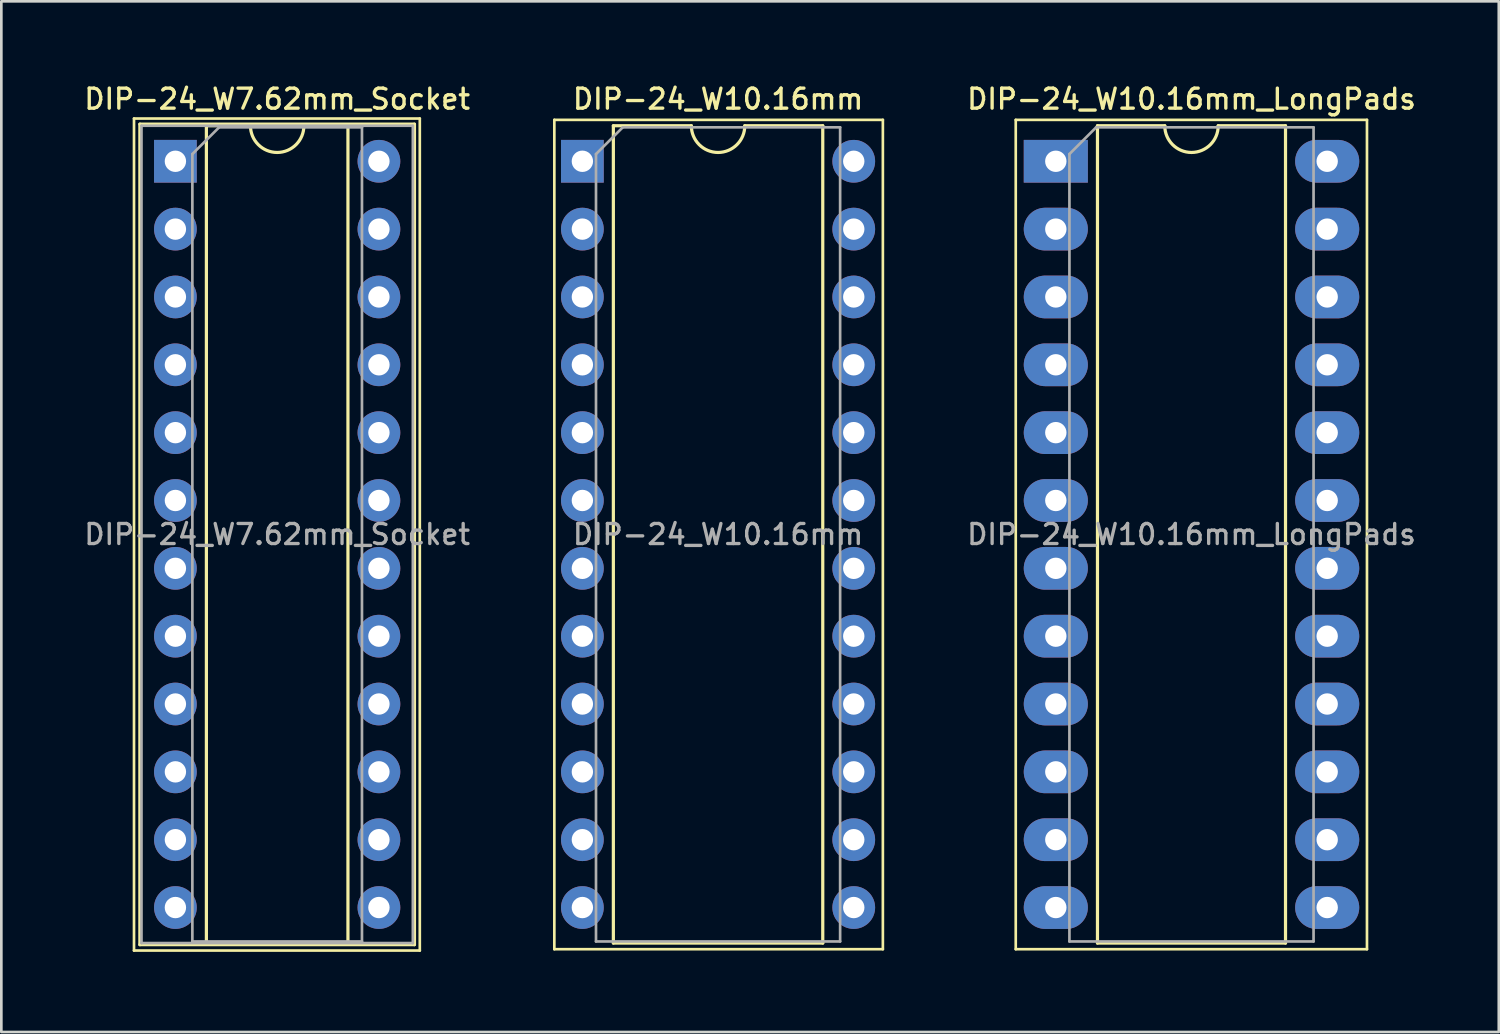
<source format=kicad_pcb>
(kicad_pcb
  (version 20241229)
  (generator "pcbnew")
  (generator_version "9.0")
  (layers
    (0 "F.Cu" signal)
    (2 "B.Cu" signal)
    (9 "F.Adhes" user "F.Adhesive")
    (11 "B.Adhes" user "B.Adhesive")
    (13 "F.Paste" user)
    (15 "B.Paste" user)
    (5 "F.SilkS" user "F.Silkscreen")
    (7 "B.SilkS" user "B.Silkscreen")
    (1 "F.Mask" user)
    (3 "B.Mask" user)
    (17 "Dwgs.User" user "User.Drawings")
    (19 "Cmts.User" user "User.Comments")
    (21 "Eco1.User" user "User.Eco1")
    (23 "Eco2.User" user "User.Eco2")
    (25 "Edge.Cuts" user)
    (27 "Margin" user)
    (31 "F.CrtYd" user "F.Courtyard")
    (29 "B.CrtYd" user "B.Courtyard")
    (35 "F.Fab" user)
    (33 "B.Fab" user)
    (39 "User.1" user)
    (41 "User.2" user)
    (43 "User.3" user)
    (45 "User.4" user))
  (footprint "DIP-24_W10.16mm_LongPads"
    (layer "F.Cu")
    (at 36.479 2.988)
    (property "Reference" "DIP-24_W10.16mm_LongPads" (at 5.08 -2.33 0) (layer "F.SilkS") (effects (font (size 0.75 0.75) (thickness 0.125))))
    (attr through_hole)
    (fp_line (start -1.5 -1.55) (end -1.5 29.5) (stroke (width 0.1) (type solid)) (layer "F.SilkS"))
    (fp_line (start -1.5 29.5) (end 11.65 29.5) (stroke (width 0.1) (type solid)) (layer "F.SilkS"))
    (fp_line (start 1.56 -1.33) (end 1.56 29.27) (stroke (width 0.12) (type solid)) (layer "F.SilkS"))
    (fp_line (start 1.56 29.27) (end 8.6 29.27) (stroke (width 0.12) (type solid)) (layer "F.SilkS"))
    (fp_line (start 4.08 -1.33) (end 1.56 -1.33) (stroke (width 0.12) (type solid)) (layer "F.SilkS"))
    (fp_line (start 8.6 -1.33) (end 6.08 -1.33) (stroke (width 0.12) (type solid)) (layer "F.SilkS"))
    (fp_line (start 8.6 29.27) (end 8.6 -1.33) (stroke (width 0.12) (type solid)) (layer "F.SilkS"))
    (fp_line (start 11.65 -1.55) (end -1.5 -1.55) (stroke (width 0.1) (type solid)) (layer "F.SilkS"))
    (fp_line (start 11.65 29.5) (end 11.65 -1.55) (stroke (width 0.1) (type solid)) (layer "F.SilkS"))
    (fp_arc (start 6.08 -1.33) (mid 5.08 -0.33) (end 4.08 -1.33) (stroke (width 0.12) (type solid)) (layer "F.SilkS"))
    (fp_line (start 0.51 -0.27) (end 1.51 -1.27) (stroke (width 0.1) (type solid)) (layer "F.Fab"))
    (fp_line (start 0.51 29.21) (end 0.51 -0.27) (stroke (width 0.1) (type solid)) (layer "F.Fab"))
    (fp_line (start 1.51 -1.27) (end 9.65 -1.27) (stroke (width 0.1) (type solid)) (layer "F.Fab"))
    (fp_line (start 9.65 -1.27) (end 9.65 29.21) (stroke (width 0.1) (type solid)) (layer "F.Fab"))
    (fp_line (start 9.65 29.21) (end 0.51 29.21) (stroke (width 0.1) (type solid)) (layer "F.Fab"))
    (fp_text user "${REFERENCE}" (at 5.08 13.97 0) (layer "F.Fab") (effects (font (size 0.75 0.75) (thickness 0.125))))
    (pad "1" thru_hole rect (at 0 0) (size 2.4 1.6) (drill 0.8) (layers "*.Cu" "*.Mask"))
    (pad "2" thru_hole oval (at 0 2.54) (size 2.4 1.6) (drill 0.8) (layers "*.Cu" "*.Mask"))
    (pad "3" thru_hole oval (at 0 5.08) (size 2.4 1.6) (drill 0.8) (layers "*.Cu" "*.Mask"))
    (pad "4" thru_hole oval (at 0 7.62) (size 2.4 1.6) (drill 0.8) (layers "*.Cu" "*.Mask"))
    (pad "5" thru_hole oval (at 0 10.16) (size 2.4 1.6) (drill 0.8) (layers "*.Cu" "*.Mask"))
    (pad "6" thru_hole oval (at 0 12.7) (size 2.4 1.6) (drill 0.8) (layers "*.Cu" "*.Mask"))
    (pad "7" thru_hole oval (at 0 15.24) (size 2.4 1.6) (drill 0.8) (layers "*.Cu" "*.Mask"))
    (pad "8" thru_hole oval (at 0 17.78) (size 2.4 1.6) (drill 0.8) (layers "*.Cu" "*.Mask"))
    (pad "9" thru_hole oval (at 0 20.32) (size 2.4 1.6) (drill 0.8) (layers "*.Cu" "*.Mask"))
    (pad "10" thru_hole oval (at 0 22.86) (size 2.4 1.6) (drill 0.8) (layers "*.Cu" "*.Mask"))
    (pad "11" thru_hole oval (at 0 25.4) (size 2.4 1.6) (drill 0.8) (layers "*.Cu" "*.Mask"))
    (pad "12" thru_hole oval (at 0 27.94) (size 2.4 1.6) (drill 0.8) (layers "*.Cu" "*.Mask"))
    (pad "13" thru_hole oval (at 10.16 27.94) (size 2.4 1.6) (drill 0.8) (layers "*.Cu" "*.Mask"))
    (pad "14" thru_hole oval (at 10.16 25.4) (size 2.4 1.6) (drill 0.8) (layers "*.Cu" "*.Mask"))
    (pad "15" thru_hole oval (at 10.16 22.86) (size 2.4 1.6) (drill 0.8) (layers "*.Cu" "*.Mask"))
    (pad "16" thru_hole oval (at 10.16 20.32) (size 2.4 1.6) (drill 0.8) (layers "*.Cu" "*.Mask"))
    (pad "17" thru_hole oval (at 10.16 17.78) (size 2.4 1.6) (drill 0.8) (layers "*.Cu" "*.Mask"))
    (pad "18" thru_hole oval (at 10.16 15.24) (size 2.4 1.6) (drill 0.8) (layers "*.Cu" "*.Mask"))
    (pad "19" thru_hole oval (at 10.16 12.7) (size 2.4 1.6) (drill 0.8) (layers "*.Cu" "*.Mask"))
    (pad "20" thru_hole oval (at 10.16 10.16) (size 2.4 1.6) (drill 0.8) (layers "*.Cu" "*.Mask"))
    (pad "21" thru_hole oval (at 10.16 7.62) (size 2.4 1.6) (drill 0.8) (layers "*.Cu" "*.Mask"))
    (pad "22" thru_hole oval (at 10.16 5.08) (size 2.4 1.6) (drill 0.8) (layers "*.Cu" "*.Mask"))
    (pad "23" thru_hole oval (at 10.16 2.54) (size 2.4 1.6) (drill 0.8) (layers "*.Cu" "*.Mask"))
    (pad "24" thru_hole oval (at 10.16 0) (size 2.4 1.6) (drill 0.8) (layers "*.Cu" "*.Mask")))
  (footprint "DIP-24_W7.62mm_Socket"
    (layer "F.Cu")
    (at 3.517 2.988)
    (property "Reference" "DIP-24_W7.62mm_Socket" (at 3.81 -2.33 0) (layer "F.SilkS") (effects (font (size 0.75 0.75) (thickness 0.125))))
    (attr through_hole)
    (fp_line (start -1.55 -1.6) (end -1.55 29.55) (stroke (width 0.1) (type solid)) (layer "F.SilkS"))
    (fp_line (start -1.55 29.55) (end 9.15 29.55) (stroke (width 0.1) (type solid)) (layer "F.SilkS"))
    (fp_line (start -1.33 -1.39) (end -1.33 29.33) (stroke (width 0.12) (type solid)) (layer "F.SilkS"))
    (fp_line (start -1.33 29.33) (end 8.95 29.33) (stroke (width 0.12) (type solid)) (layer "F.SilkS"))
    (fp_line (start 1.16 -1.33) (end 1.16 29.27) (stroke (width 0.12) (type solid)) (layer "F.SilkS"))
    (fp_line (start 1.16 29.27) (end 6.46 29.27) (stroke (width 0.12) (type solid)) (layer "F.SilkS"))
    (fp_line (start 2.81 -1.33) (end 1.16 -1.33) (stroke (width 0.12) (type solid)) (layer "F.SilkS"))
    (fp_line (start 6.46 -1.33) (end 4.81 -1.33) (stroke (width 0.12) (type solid)) (layer "F.SilkS"))
    (fp_line (start 6.46 29.27) (end 6.46 -1.33) (stroke (width 0.12) (type solid)) (layer "F.SilkS"))
    (fp_line (start 8.95 -1.39) (end -1.33 -1.39) (stroke (width 0.12) (type solid)) (layer "F.SilkS"))
    (fp_line (start 8.95 29.33) (end 8.95 -1.39) (stroke (width 0.12) (type solid)) (layer "F.SilkS"))
    (fp_line (start 9.15 -1.6) (end -1.55 -1.6) (stroke (width 0.1) (type solid)) (layer "F.SilkS"))
    (fp_line (start 9.15 29.55) (end 9.15 -1.6) (stroke (width 0.1) (type solid)) (layer "F.SilkS"))
    (fp_arc (start 4.81 -1.33) (mid 3.81 -0.33) (end 2.81 -1.33) (stroke (width 0.12) (type solid)) (layer "F.SilkS"))
    (fp_line (start -1.27 -1.33) (end -1.27 29.27) (stroke (width 0.1) (type solid)) (layer "F.Fab"))
    (fp_line (start -1.27 29.27) (end 8.89 29.27) (stroke (width 0.1) (type solid)) (layer "F.Fab"))
    (fp_line (start 0.635 -0.27) (end 1.635 -1.27) (stroke (width 0.1) (type solid)) (layer "F.Fab"))
    (fp_line (start 0.635 29.21) (end 0.635 -0.27) (stroke (width 0.1) (type solid)) (layer "F.Fab"))
    (fp_line (start 1.635 -1.27) (end 6.985 -1.27) (stroke (width 0.1) (type solid)) (layer "F.Fab"))
    (fp_line (start 6.985 -1.27) (end 6.985 29.21) (stroke (width 0.1) (type solid)) (layer "F.Fab"))
    (fp_line (start 6.985 29.21) (end 0.635 29.21) (stroke (width 0.1) (type solid)) (layer "F.Fab"))
    (fp_line (start 8.89 -1.33) (end -1.27 -1.33) (stroke (width 0.1) (type solid)) (layer "F.Fab"))
    (fp_line (start 8.89 29.27) (end 8.89 -1.33) (stroke (width 0.1) (type solid)) (layer "F.Fab"))
    (fp_text user "${REFERENCE}" (at 3.81 13.97 0) (layer "F.Fab") (effects (font (size 0.75 0.75) (thickness 0.125))))
    (pad "1" thru_hole rect (at 0 0) (size 1.6 1.6) (drill 0.8) (layers "*.Cu" "*.Mask"))
    (pad "2" thru_hole oval (at 0 2.54) (size 1.6 1.6) (drill 0.8) (layers "*.Cu" "*.Mask"))
    (pad "3" thru_hole oval (at 0 5.08) (size 1.6 1.6) (drill 0.8) (layers "*.Cu" "*.Mask"))
    (pad "4" thru_hole oval (at 0 7.62) (size 1.6 1.6) (drill 0.8) (layers "*.Cu" "*.Mask"))
    (pad "5" thru_hole oval (at 0 10.16) (size 1.6 1.6) (drill 0.8) (layers "*.Cu" "*.Mask"))
    (pad "6" thru_hole oval (at 0 12.7) (size 1.6 1.6) (drill 0.8) (layers "*.Cu" "*.Mask"))
    (pad "7" thru_hole oval (at 0 15.24) (size 1.6 1.6) (drill 0.8) (layers "*.Cu" "*.Mask"))
    (pad "8" thru_hole oval (at 0 17.78) (size 1.6 1.6) (drill 0.8) (layers "*.Cu" "*.Mask"))
    (pad "9" thru_hole oval (at 0 20.32) (size 1.6 1.6) (drill 0.8) (layers "*.Cu" "*.Mask"))
    (pad "10" thru_hole oval (at 0 22.86) (size 1.6 1.6) (drill 0.8) (layers "*.Cu" "*.Mask"))
    (pad "11" thru_hole oval (at 0 25.4) (size 1.6 1.6) (drill 0.8) (layers "*.Cu" "*.Mask"))
    (pad "12" thru_hole oval (at 0 27.94) (size 1.6 1.6) (drill 0.8) (layers "*.Cu" "*.Mask"))
    (pad "13" thru_hole oval (at 7.62 27.94) (size 1.6 1.6) (drill 0.8) (layers "*.Cu" "*.Mask"))
    (pad "14" thru_hole oval (at 7.62 25.4) (size 1.6 1.6) (drill 0.8) (layers "*.Cu" "*.Mask"))
    (pad "15" thru_hole oval (at 7.62 22.86) (size 1.6 1.6) (drill 0.8) (layers "*.Cu" "*.Mask"))
    (pad "16" thru_hole oval (at 7.62 20.32) (size 1.6 1.6) (drill 0.8) (layers "*.Cu" "*.Mask"))
    (pad "17" thru_hole oval (at 7.62 17.78) (size 1.6 1.6) (drill 0.8) (layers "*.Cu" "*.Mask"))
    (pad "18" thru_hole oval (at 7.62 15.24) (size 1.6 1.6) (drill 0.8) (layers "*.Cu" "*.Mask"))
    (pad "19" thru_hole oval (at 7.62 12.7) (size 1.6 1.6) (drill 0.8) (layers "*.Cu" "*.Mask"))
    (pad "20" thru_hole oval (at 7.62 10.16) (size 1.6 1.6) (drill 0.8) (layers "*.Cu" "*.Mask"))
    (pad "21" thru_hole oval (at 7.62 7.62) (size 1.6 1.6) (drill 0.8) (layers "*.Cu" "*.Mask"))
    (pad "22" thru_hole oval (at 7.62 5.08) (size 1.6 1.6) (drill 0.8) (layers "*.Cu" "*.Mask"))
    (pad "23" thru_hole oval (at 7.62 2.54) (size 1.6 1.6) (drill 0.8) (layers "*.Cu" "*.Mask"))
    (pad "24" thru_hole oval (at 7.62 0) (size 1.6 1.6) (drill 0.8) (layers "*.Cu" "*.Mask")))
  (footprint "DIP-24_W10.16mm"
    (layer "F.Cu")
    (at 18.754 2.988)
    (property "Reference" "DIP-24_W10.16mm" (at 5.08 -2.33 0) (layer "F.SilkS") (effects (font (size 0.75 0.75) (thickness 0.125))))
    (attr through_hole)
    (fp_line (start -1.05 -1.55) (end -1.05 29.5) (stroke (width 0.1) (type solid)) (layer "F.SilkS"))
    (fp_line (start -1.05 29.5) (end 11.25 29.5) (stroke (width 0.1) (type solid)) (layer "F.SilkS"))
    (fp_line (start 1.16 -1.33) (end 1.16 29.27) (stroke (width 0.12) (type solid)) (layer "F.SilkS"))
    (fp_line (start 1.16 29.27) (end 9 29.27) (stroke (width 0.12) (type solid)) (layer "F.SilkS"))
    (fp_line (start 4.08 -1.33) (end 1.16 -1.33) (stroke (width 0.12) (type solid)) (layer "F.SilkS"))
    (fp_line (start 9 -1.33) (end 6.08 -1.33) (stroke (width 0.12) (type solid)) (layer "F.SilkS"))
    (fp_line (start 9 29.27) (end 9 -1.33) (stroke (width 0.12) (type solid)) (layer "F.SilkS"))
    (fp_line (start 11.25 -1.55) (end -1.05 -1.55) (stroke (width 0.1) (type solid)) (layer "F.SilkS"))
    (fp_line (start 11.25 29.5) (end 11.25 -1.55) (stroke (width 0.1) (type solid)) (layer "F.SilkS"))
    (fp_arc (start 6.08 -1.33) (mid 5.08 -0.33) (end 4.08 -1.33) (stroke (width 0.12) (type solid)) (layer "F.SilkS"))
    (fp_line (start 0.51 -0.27) (end 1.51 -1.27) (stroke (width 0.1) (type solid)) (layer "F.Fab"))
    (fp_line (start 0.51 29.21) (end 0.51 -0.27) (stroke (width 0.1) (type solid)) (layer "F.Fab"))
    (fp_line (start 1.51 -1.27) (end 9.65 -1.27) (stroke (width 0.1) (type solid)) (layer "F.Fab"))
    (fp_line (start 9.65 -1.27) (end 9.65 29.21) (stroke (width 0.1) (type solid)) (layer "F.Fab"))
    (fp_line (start 9.65 29.21) (end 0.51 29.21) (stroke (width 0.1) (type solid)) (layer "F.Fab"))
    (fp_text user "${REFERENCE}" (at 5.08 13.97 0) (layer "F.Fab") (effects (font (size 0.75 0.75) (thickness 0.125))))
    (pad "1" thru_hole rect (at 0 0) (size 1.6 1.6) (drill 0.8) (layers "*.Cu" "*.Mask"))
    (pad "2" thru_hole oval (at 0 2.54) (size 1.6 1.6) (drill 0.8) (layers "*.Cu" "*.Mask"))
    (pad "3" thru_hole oval (at 0 5.08) (size 1.6 1.6) (drill 0.8) (layers "*.Cu" "*.Mask"))
    (pad "4" thru_hole oval (at 0 7.62) (size 1.6 1.6) (drill 0.8) (layers "*.Cu" "*.Mask"))
    (pad "5" thru_hole oval (at 0 10.16) (size 1.6 1.6) (drill 0.8) (layers "*.Cu" "*.Mask"))
    (pad "6" thru_hole oval (at 0 12.7) (size 1.6 1.6) (drill 0.8) (layers "*.Cu" "*.Mask"))
    (pad "7" thru_hole oval (at 0 15.24) (size 1.6 1.6) (drill 0.8) (layers "*.Cu" "*.Mask"))
    (pad "8" thru_hole oval (at 0 17.78) (size 1.6 1.6) (drill 0.8) (layers "*.Cu" "*.Mask"))
    (pad "9" thru_hole oval (at 0 20.32) (size 1.6 1.6) (drill 0.8) (layers "*.Cu" "*.Mask"))
    (pad "10" thru_hole oval (at 0 22.86) (size 1.6 1.6) (drill 0.8) (layers "*.Cu" "*.Mask"))
    (pad "11" thru_hole oval (at 0 25.4) (size 1.6 1.6) (drill 0.8) (layers "*.Cu" "*.Mask"))
    (pad "12" thru_hole oval (at 0 27.94) (size 1.6 1.6) (drill 0.8) (layers "*.Cu" "*.Mask"))
    (pad "13" thru_hole oval (at 10.16 27.94) (size 1.6 1.6) (drill 0.8) (layers "*.Cu" "*.Mask"))
    (pad "14" thru_hole oval (at 10.16 25.4) (size 1.6 1.6) (drill 0.8) (layers "*.Cu" "*.Mask"))
    (pad "15" thru_hole oval (at 10.16 22.86) (size 1.6 1.6) (drill 0.8) (layers "*.Cu" "*.Mask"))
    (pad "16" thru_hole oval (at 10.16 20.32) (size 1.6 1.6) (drill 0.8) (layers "*.Cu" "*.Mask"))
    (pad "17" thru_hole oval (at 10.16 17.78) (size 1.6 1.6) (drill 0.8) (layers "*.Cu" "*.Mask"))
    (pad "18" thru_hole oval (at 10.16 15.24) (size 1.6 1.6) (drill 0.8) (layers "*.Cu" "*.Mask"))
    (pad "19" thru_hole oval (at 10.16 12.7) (size 1.6 1.6) (drill 0.8) (layers "*.Cu" "*.Mask"))
    (pad "20" thru_hole oval (at 10.16 10.16) (size 1.6 1.6) (drill 0.8) (layers "*.Cu" "*.Mask"))
    (pad "21" thru_hole oval (at 10.16 7.62) (size 1.6 1.6) (drill 0.8) (layers "*.Cu" "*.Mask"))
    (pad "22" thru_hole oval (at 10.16 5.08) (size 1.6 1.6) (drill 0.8) (layers "*.Cu" "*.Mask"))
    (pad "23" thru_hole oval (at 10.16 2.54) (size 1.6 1.6) (drill 0.8) (layers "*.Cu" "*.Mask"))
    (pad "24" thru_hole oval (at 10.16 0) (size 1.6 1.6) (drill 0.8) (layers "*.Cu" "*.Mask")))
  (gr_rect
    (start -3 -3)
    (end 53.064 35.588)
    (stroke (width 0.1) (type default))
    (fill no)
    (layer "Edge.Cuts")))
</source>
